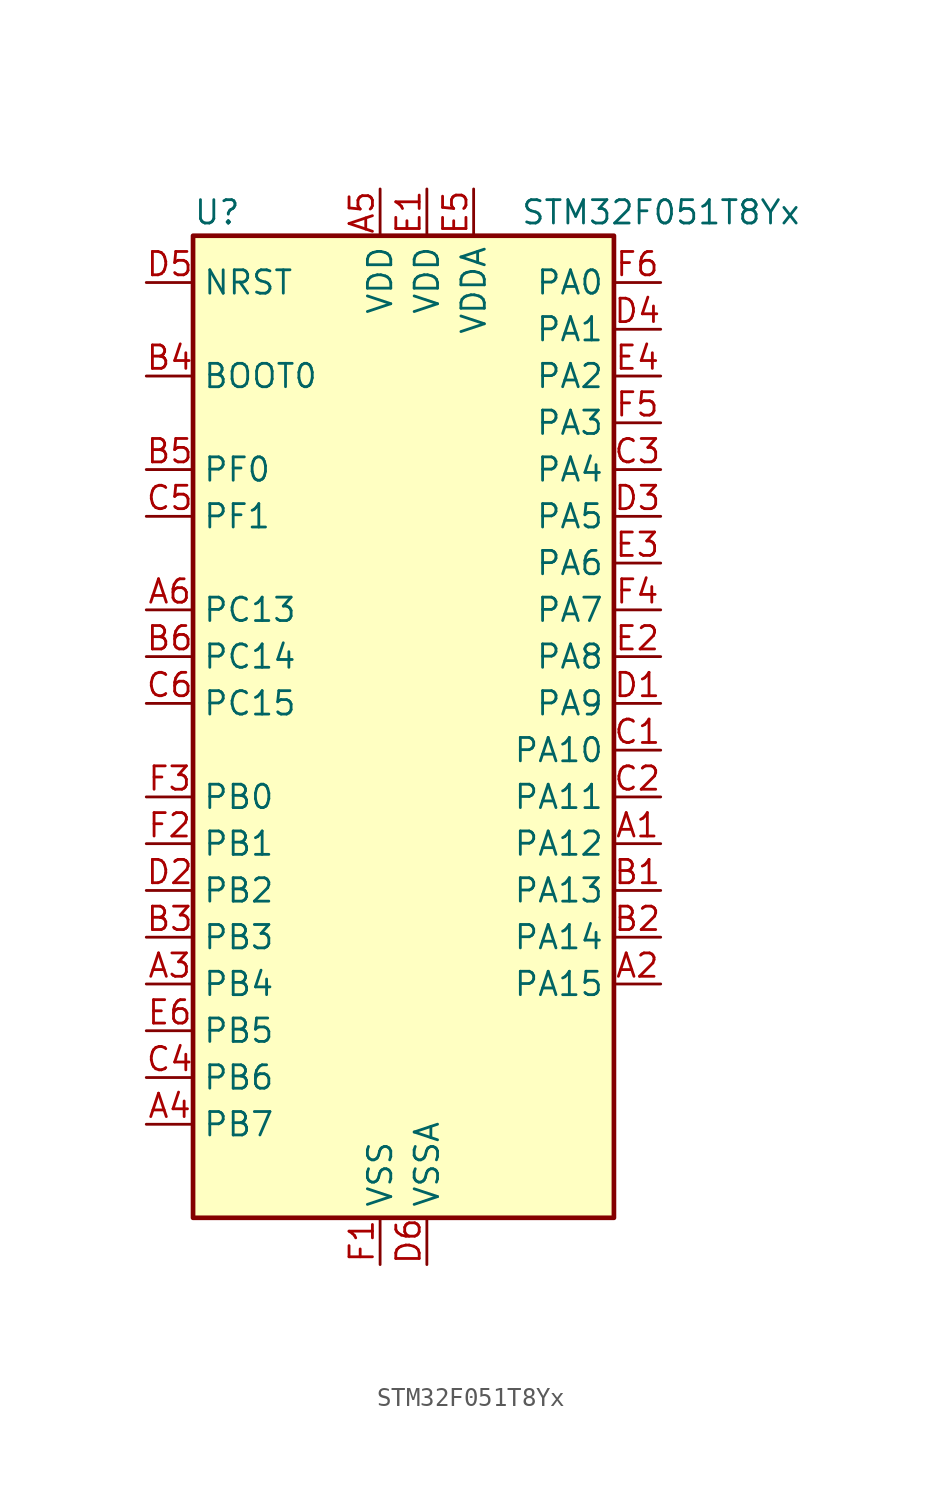
<source format=kicad_sym>
(kicad_symbol_lib
  (version 20220914)
  (generator kicad_symbol_editor)
  (symbol "STM32F051T8Yx"
    (property "Reference" "U"
      (at -10.16 29.21 0)
      (effects (font (size 1.27 1.27)) (justify left)))
    (property "Value" "STM32F051T8Yx"
      (at 7.62 29.21 0)
      (effects (font (size 1.27 1.27)) (justify left)))
    (property "ki_locked" ""
      (at 0 0 0)
      (effects (font (size 1.27 1.27))))
    (symbol "STM32F051T8Yx_0_1"
      (rectangle (start -10.16 -25.4) (end 12.7 27.94) (stroke (width 0.254) (type default)) (fill (type background))))
    (symbol "STM32F051T8Yx_1_1"
      (pin bidirectional line (at 15.24 -5.08 180) (length 2.54) (name "PA12" (effects (font (size 1.27 1.27)))) (number "A1" (effects (font (size 1.27 1.27)))) (alternate "COMP2_OUT" bidirectional line) (alternate "TIM1_ETR" bidirectional line) (alternate "TSC_G4_IO4" bidirectional line) (alternate "USART1_DE" bidirectional line) (alternate "USART1_RTS" bidirectional line))
      (pin bidirectional line (at 15.24 -12.7 180) (length 2.54) (name "PA15" (effects (font (size 1.27 1.27)))) (number "A2" (effects (font (size 1.27 1.27)))) (alternate "I2S1_WS" bidirectional line) (alternate "SPI1_NSS" bidirectional line) (alternate "TIM2_CH1" bidirectional line) (alternate "TIM2_ETR" bidirectional line) (alternate "USART2_RX" bidirectional line))
      (pin bidirectional line (at -12.7 -12.7 0) (length 2.54) (name "PB4" (effects (font (size 1.27 1.27)))) (number "A3" (effects (font (size 1.27 1.27)))) (alternate "I2S1_MCK" bidirectional line) (alternate "SPI1_MISO" bidirectional line) (alternate "TIM3_CH1" bidirectional line) (alternate "TSC_G5_IO2" bidirectional line))
      (pin bidirectional line (at -12.7 -20.32 0) (length 2.54) (name "PB7" (effects (font (size 1.27 1.27)))) (number "A4" (effects (font (size 1.27 1.27)))) (alternate "I2C1_SDA" bidirectional line) (alternate "TIM17_CH1N" bidirectional line) (alternate "TSC_G5_IO4" bidirectional line) (alternate "USART1_RX" bidirectional line))
      (pin power_in line (at 0 30.48 270) (length 2.54) (name "VDD" (effects (font (size 1.27 1.27)))) (number "A5" (effects (font (size 1.27 1.27)))))
      (pin bidirectional line (at -12.7 7.62 0) (length 2.54) (name "PC13" (effects (font (size 1.27 1.27)))) (number "A6" (effects (font (size 1.27 1.27)))) (alternate "RTC_OUT_ALARM" bidirectional line) (alternate "RTC_OUT_CALIB" bidirectional line) (alternate "RTC_TAMP1" bidirectional line) (alternate "RTC_TS" bidirectional line) (alternate "SYS_WKUP2" bidirectional line))
      (pin bidirectional line (at 15.24 -7.62 180) (length 2.54) (name "PA13" (effects (font (size 1.27 1.27)))) (number "B1" (effects (font (size 1.27 1.27)))) (alternate "IR_OUT" bidirectional line) (alternate "SYS_SWDIO" bidirectional line))
      (pin bidirectional line (at 15.24 -10.16 180) (length 2.54) (name "PA14" (effects (font (size 1.27 1.27)))) (number "B2" (effects (font (size 1.27 1.27)))) (alternate "SYS_SWCLK" bidirectional line) (alternate "USART2_TX" bidirectional line))
      (pin bidirectional line (at -12.7 -10.16 0) (length 2.54) (name "PB3" (effects (font (size 1.27 1.27)))) (number "B3" (effects (font (size 1.27 1.27)))) (alternate "I2S1_CK" bidirectional line) (alternate "SPI1_SCK" bidirectional line) (alternate "TIM2_CH2" bidirectional line) (alternate "TSC_G5_IO1" bidirectional line))
      (pin input line (at -12.7 20.32 0) (length 2.54) (name "BOOT0" (effects (font (size 1.27 1.27)))) (number "B4" (effects (font (size 1.27 1.27)))))
      (pin bidirectional line (at -12.7 15.24 0) (length 2.54) (name "PF0" (effects (font (size 1.27 1.27)))) (number "B5" (effects (font (size 1.27 1.27)))) (alternate "RCC_OSC_IN" bidirectional line))
      (pin bidirectional line (at -12.7 5.08 0) (length 2.54) (name "PC14" (effects (font (size 1.27 1.27)))) (number "B6" (effects (font (size 1.27 1.27)))) (alternate "RCC_OSC32_IN" bidirectional line))
      (pin bidirectional line (at 15.24 0 180) (length 2.54) (name "PA10" (effects (font (size 1.27 1.27)))) (number "C1" (effects (font (size 1.27 1.27)))) (alternate "TIM17_BKIN" bidirectional line) (alternate "TIM1_CH3" bidirectional line) (alternate "TSC_G4_IO2" bidirectional line) (alternate "USART1_RX" bidirectional line))
      (pin bidirectional line (at 15.24 -2.54 180) (length 2.54) (name "PA11" (effects (font (size 1.27 1.27)))) (number "C2" (effects (font (size 1.27 1.27)))) (alternate "COMP1_OUT" bidirectional line) (alternate "TIM1_CH4" bidirectional line) (alternate "TSC_G4_IO3" bidirectional line) (alternate "USART1_CTS" bidirectional line))
      (pin bidirectional line (at 15.24 15.24 180) (length 2.54) (name "PA4" (effects (font (size 1.27 1.27)))) (number "C3" (effects (font (size 1.27 1.27)))) (alternate "ADC_IN4" bidirectional line) (alternate "COMP1_INM" bidirectional line) (alternate "COMP2_INM" bidirectional line) (alternate "DAC1_OUT1" bidirectional line) (alternate "I2S1_WS" bidirectional line) (alternate "SPI1_NSS" bidirectional line) (alternate "TIM14_CH1" bidirectional line) (alternate "TSC_G2_IO1" bidirectional line) (alternate "USART2_CK" bidirectional line))
      (pin bidirectional line (at -12.7 -17.78 0) (length 2.54) (name "PB6" (effects (font (size 1.27 1.27)))) (number "C4" (effects (font (size 1.27 1.27)))) (alternate "I2C1_SCL" bidirectional line) (alternate "TIM16_CH1N" bidirectional line) (alternate "TSC_G5_IO3" bidirectional line) (alternate "USART1_TX" bidirectional line))
      (pin bidirectional line (at -12.7 12.7 0) (length 2.54) (name "PF1" (effects (font (size 1.27 1.27)))) (number "C5" (effects (font (size 1.27 1.27)))) (alternate "RCC_OSC_OUT" bidirectional line))
      (pin bidirectional line (at -12.7 2.54 0) (length 2.54) (name "PC15" (effects (font (size 1.27 1.27)))) (number "C6" (effects (font (size 1.27 1.27)))) (alternate "RCC_OSC32_OUT" bidirectional line))
      (pin bidirectional line (at 15.24 2.54 180) (length 2.54) (name "PA9" (effects (font (size 1.27 1.27)))) (number "D1" (effects (font (size 1.27 1.27)))) (alternate "DAC1_EXTI9" bidirectional line) (alternate "TIM15_BKIN" bidirectional line) (alternate "TIM1_CH2" bidirectional line) (alternate "TSC_G4_IO1" bidirectional line) (alternate "USART1_TX" bidirectional line))
      (pin bidirectional line (at -12.7 -7.62 0) (length 2.54) (name "PB2" (effects (font (size 1.27 1.27)))) (number "D2" (effects (font (size 1.27 1.27)))) (alternate "TSC_G3_IO4" bidirectional line))
      (pin bidirectional line (at 15.24 12.7 180) (length 2.54) (name "PA5" (effects (font (size 1.27 1.27)))) (number "D3" (effects (font (size 1.27 1.27)))) (alternate "ADC_IN5" bidirectional line) (alternate "CEC" bidirectional line) (alternate "COMP1_INM" bidirectional line) (alternate "COMP2_INM" bidirectional line) (alternate "I2S1_CK" bidirectional line) (alternate "SPI1_SCK" bidirectional line) (alternate "TIM2_CH1" bidirectional line) (alternate "TIM2_ETR" bidirectional line) (alternate "TSC_G2_IO2" bidirectional line))
      (pin bidirectional line (at 15.24 22.86 180) (length 2.54) (name "PA1" (effects (font (size 1.27 1.27)))) (number "D4" (effects (font (size 1.27 1.27)))) (alternate "ADC_IN1" bidirectional line) (alternate "COMP1_INP" bidirectional line) (alternate "TIM2_CH2" bidirectional line) (alternate "TSC_G1_IO2" bidirectional line) (alternate "USART2_DE" bidirectional line) (alternate "USART2_RTS" bidirectional line))
      (pin input line (at -12.7 25.4 0) (length 2.54) (name "NRST" (effects (font (size 1.27 1.27)))) (number "D5" (effects (font (size 1.27 1.27)))))
      (pin power_in line (at 2.54 -27.94 90) (length 2.54) (name "VSSA" (effects (font (size 1.27 1.27)))) (number "D6" (effects (font (size 1.27 1.27)))))
      (pin power_in line (at 2.54 30.48 270) (length 2.54) (name "VDD" (effects (font (size 1.27 1.27)))) (number "E1" (effects (font (size 1.27 1.27)))))
      (pin bidirectional line (at 15.24 5.08 180) (length 2.54) (name "PA8" (effects (font (size 1.27 1.27)))) (number "E2" (effects (font (size 1.27 1.27)))) (alternate "RCC_MCO" bidirectional line) (alternate "TIM1_CH1" bidirectional line) (alternate "USART1_CK" bidirectional line))
      (pin bidirectional line (at 15.24 10.16 180) (length 2.54) (name "PA6" (effects (font (size 1.27 1.27)))) (number "E3" (effects (font (size 1.27 1.27)))) (alternate "ADC_IN6" bidirectional line) (alternate "COMP1_OUT" bidirectional line) (alternate "I2S1_MCK" bidirectional line) (alternate "SPI1_MISO" bidirectional line) (alternate "TIM16_CH1" bidirectional line) (alternate "TIM1_BKIN" bidirectional line) (alternate "TIM3_CH1" bidirectional line) (alternate "TSC_G2_IO3" bidirectional line))
      (pin bidirectional line (at 15.24 20.32 180) (length 2.54) (name "PA2" (effects (font (size 1.27 1.27)))) (number "E4" (effects (font (size 1.27 1.27)))) (alternate "ADC_IN2" bidirectional line) (alternate "COMP2_INM" bidirectional line) (alternate "COMP2_OUT" bidirectional line) (alternate "TIM15_CH1" bidirectional line) (alternate "TIM2_CH3" bidirectional line) (alternate "TSC_G1_IO3" bidirectional line) (alternate "USART2_TX" bidirectional line))
      (pin power_in line (at 5.08 30.48 270) (length 2.54) (name "VDDA" (effects (font (size 1.27 1.27)))) (number "E5" (effects (font (size 1.27 1.27)))))
      (pin bidirectional line (at -12.7 -15.24 0) (length 2.54) (name "PB5" (effects (font (size 1.27 1.27)))) (number "E6" (effects (font (size 1.27 1.27)))) (alternate "I2C1_SMBA" bidirectional line) (alternate "I2S1_SD" bidirectional line) (alternate "SPI1_MOSI" bidirectional line) (alternate "TIM16_BKIN" bidirectional line) (alternate "TIM3_CH2" bidirectional line))
      (pin power_in line (at 0 -27.94 90) (length 2.54) (name "VSS" (effects (font (size 1.27 1.27)))) (number "F1" (effects (font (size 1.27 1.27)))))
      (pin bidirectional line (at -12.7 -5.08 0) (length 2.54) (name "PB1" (effects (font (size 1.27 1.27)))) (number "F2" (effects (font (size 1.27 1.27)))) (alternate "ADC_IN9" bidirectional line) (alternate "TIM14_CH1" bidirectional line) (alternate "TIM1_CH3N" bidirectional line) (alternate "TIM3_CH4" bidirectional line) (alternate "TSC_G3_IO3" bidirectional line))
      (pin bidirectional line (at -12.7 -2.54 0) (length 2.54) (name "PB0" (effects (font (size 1.27 1.27)))) (number "F3" (effects (font (size 1.27 1.27)))) (alternate "ADC_IN8" bidirectional line) (alternate "TIM1_CH2N" bidirectional line) (alternate "TIM3_CH3" bidirectional line) (alternate "TSC_G3_IO2" bidirectional line))
      (pin bidirectional line (at 15.24 7.62 180) (length 2.54) (name "PA7" (effects (font (size 1.27 1.27)))) (number "F4" (effects (font (size 1.27 1.27)))) (alternate "ADC_IN7" bidirectional line) (alternate "COMP2_OUT" bidirectional line) (alternate "I2S1_SD" bidirectional line) (alternate "SPI1_MOSI" bidirectional line) (alternate "TIM14_CH1" bidirectional line) (alternate "TIM17_CH1" bidirectional line) (alternate "TIM1_CH1N" bidirectional line) (alternate "TIM3_CH2" bidirectional line) (alternate "TSC_G2_IO4" bidirectional line))
      (pin bidirectional line (at 15.24 17.78 180) (length 2.54) (name "PA3" (effects (font (size 1.27 1.27)))) (number "F5" (effects (font (size 1.27 1.27)))) (alternate "ADC_IN3" bidirectional line) (alternate "COMP2_INP" bidirectional line) (alternate "TIM15_CH2" bidirectional line) (alternate "TIM2_CH4" bidirectional line) (alternate "TSC_G1_IO4" bidirectional line) (alternate "USART2_RX" bidirectional line))
      (pin bidirectional line (at 15.24 25.4 180) (length 2.54) (name "PA0" (effects (font (size 1.27 1.27)))) (number "F6" (effects (font (size 1.27 1.27)))) (alternate "ADC_IN0" bidirectional line) (alternate "COMP1_INM" bidirectional line) (alternate "COMP1_OUT" bidirectional line) (alternate "RTC_TAMP2" bidirectional line) (alternate "SYS_WKUP1" bidirectional line) (alternate "TIM2_CH1" bidirectional line) (alternate "TIM2_ETR" bidirectional line) (alternate "TSC_G1_IO1" bidirectional line) (alternate "USART2_CTS" bidirectional line)))))
</source>
